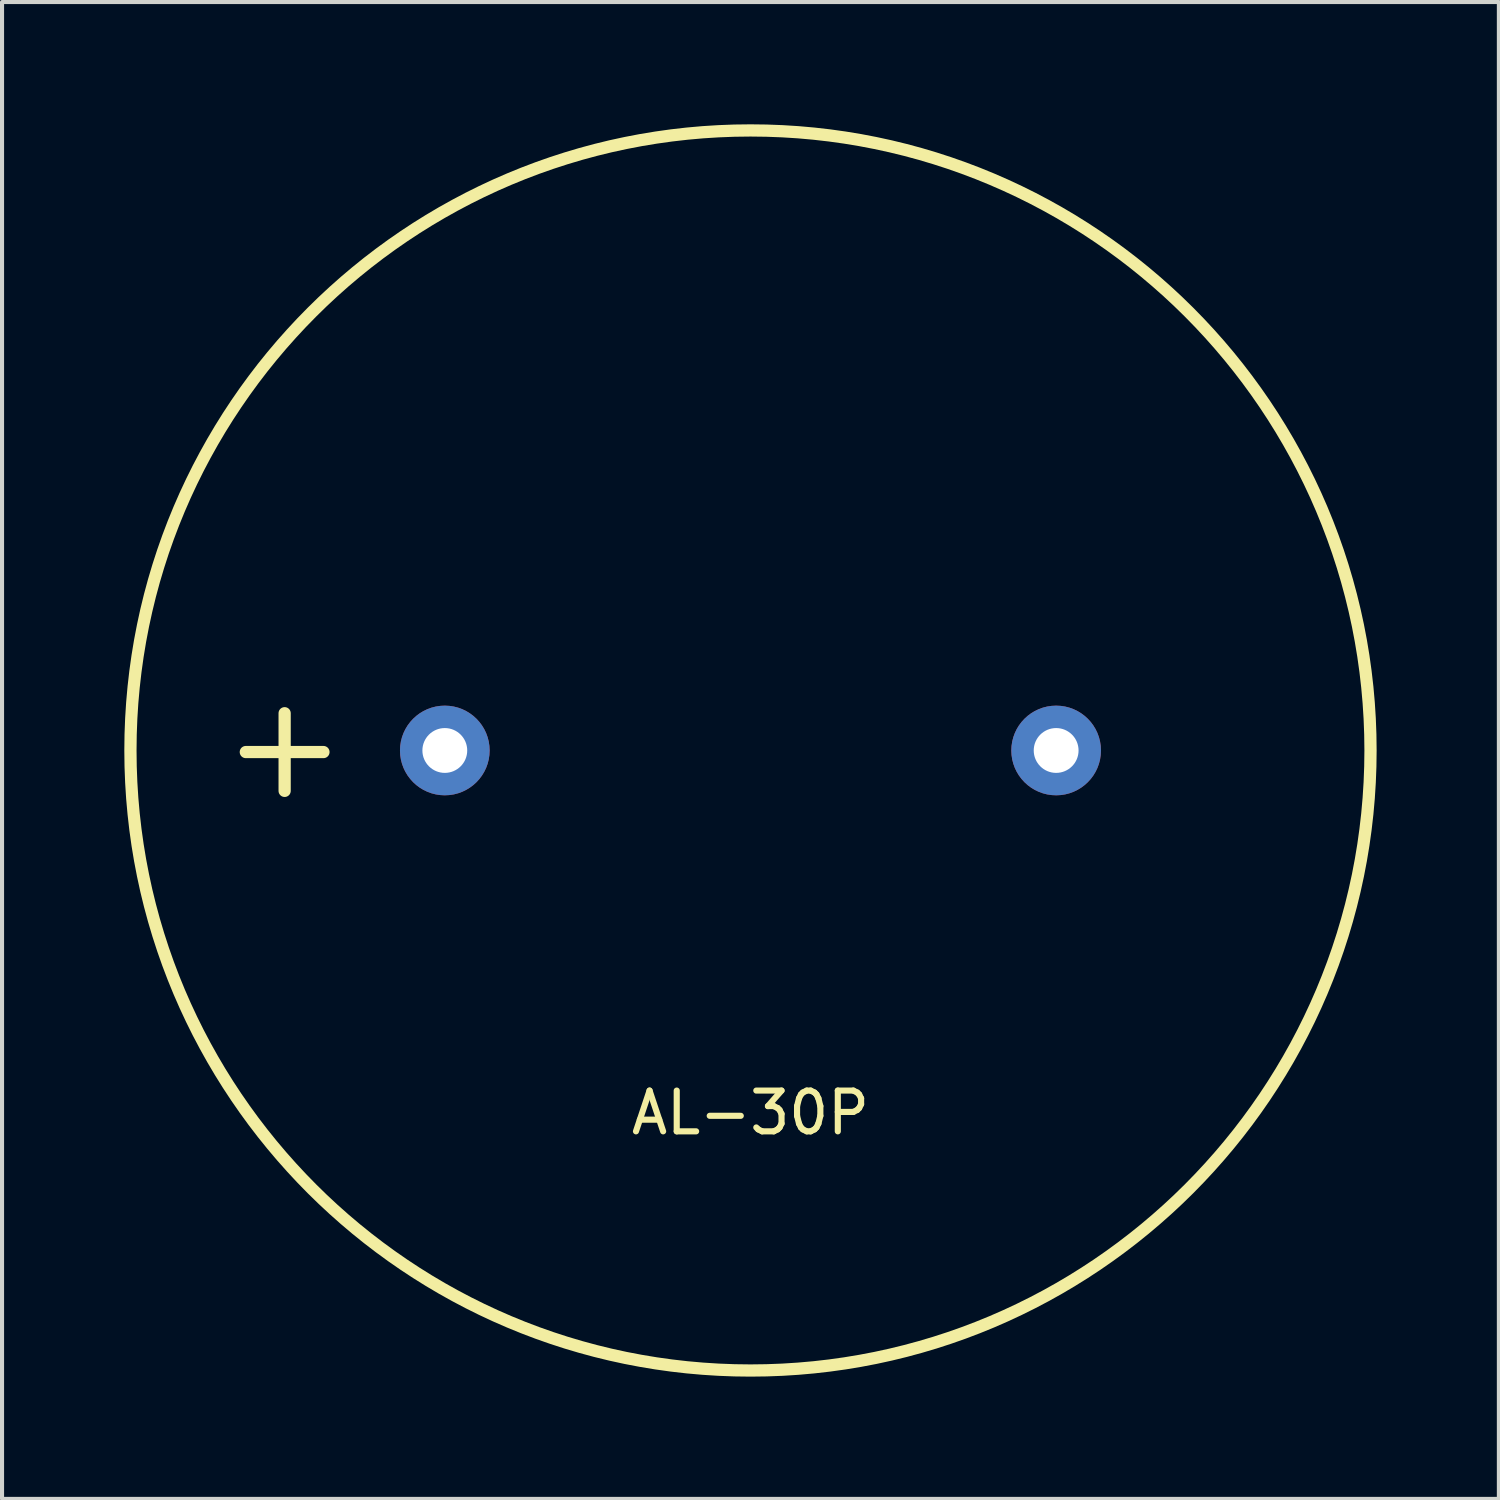
<source format=kicad_pcb>
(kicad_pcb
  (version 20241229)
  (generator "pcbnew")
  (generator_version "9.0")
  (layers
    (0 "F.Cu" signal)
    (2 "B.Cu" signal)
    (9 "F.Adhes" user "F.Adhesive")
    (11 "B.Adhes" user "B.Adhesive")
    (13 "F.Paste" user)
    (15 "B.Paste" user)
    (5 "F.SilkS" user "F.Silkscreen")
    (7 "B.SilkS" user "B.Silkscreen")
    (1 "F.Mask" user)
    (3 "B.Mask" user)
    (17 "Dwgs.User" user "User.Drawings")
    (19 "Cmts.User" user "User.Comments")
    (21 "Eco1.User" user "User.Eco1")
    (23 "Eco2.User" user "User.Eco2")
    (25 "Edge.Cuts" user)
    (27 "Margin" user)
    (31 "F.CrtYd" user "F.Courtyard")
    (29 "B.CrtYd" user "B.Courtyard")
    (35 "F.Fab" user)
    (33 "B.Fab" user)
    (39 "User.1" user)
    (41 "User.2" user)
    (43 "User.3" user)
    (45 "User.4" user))
  (footprint "AL-30P"
    (layer "F.Cu")
    (at 15.364 15.364)
    (property "Reference" "AL-30P" (at 0 8.89 0) (layer "F.SilkS") (effects (font (size 1 1) (thickness 0.15))))
    (attr through_hole)
    (fp_circle (center 0 0) (end 15 2.54) (stroke (width 0.3) (type solid)) (fill no) (layer "F.SilkS"))
    (fp_text user "+" (at -11.43 -0.15 0) (layer "F.SilkS") (effects (font (size 2.5 2.5) (thickness 0.3))))
    (pad "1" thru_hole circle (at -7.5 0) (size 2.2 2.2) (drill 1.1) (layers "*.Cu" "*.Mask"))
    (pad "2" thru_hole circle (at 7.5 0) (size 2.2 2.2) (drill 1.1) (layers "*.Cu" "*.Mask")))
  (gr_rect
    (start -3 -3)
    (end 33.727 33.727)
    (stroke (width 0.1) (type default))
    (fill no)
    (layer "Edge.Cuts")))
</source>
